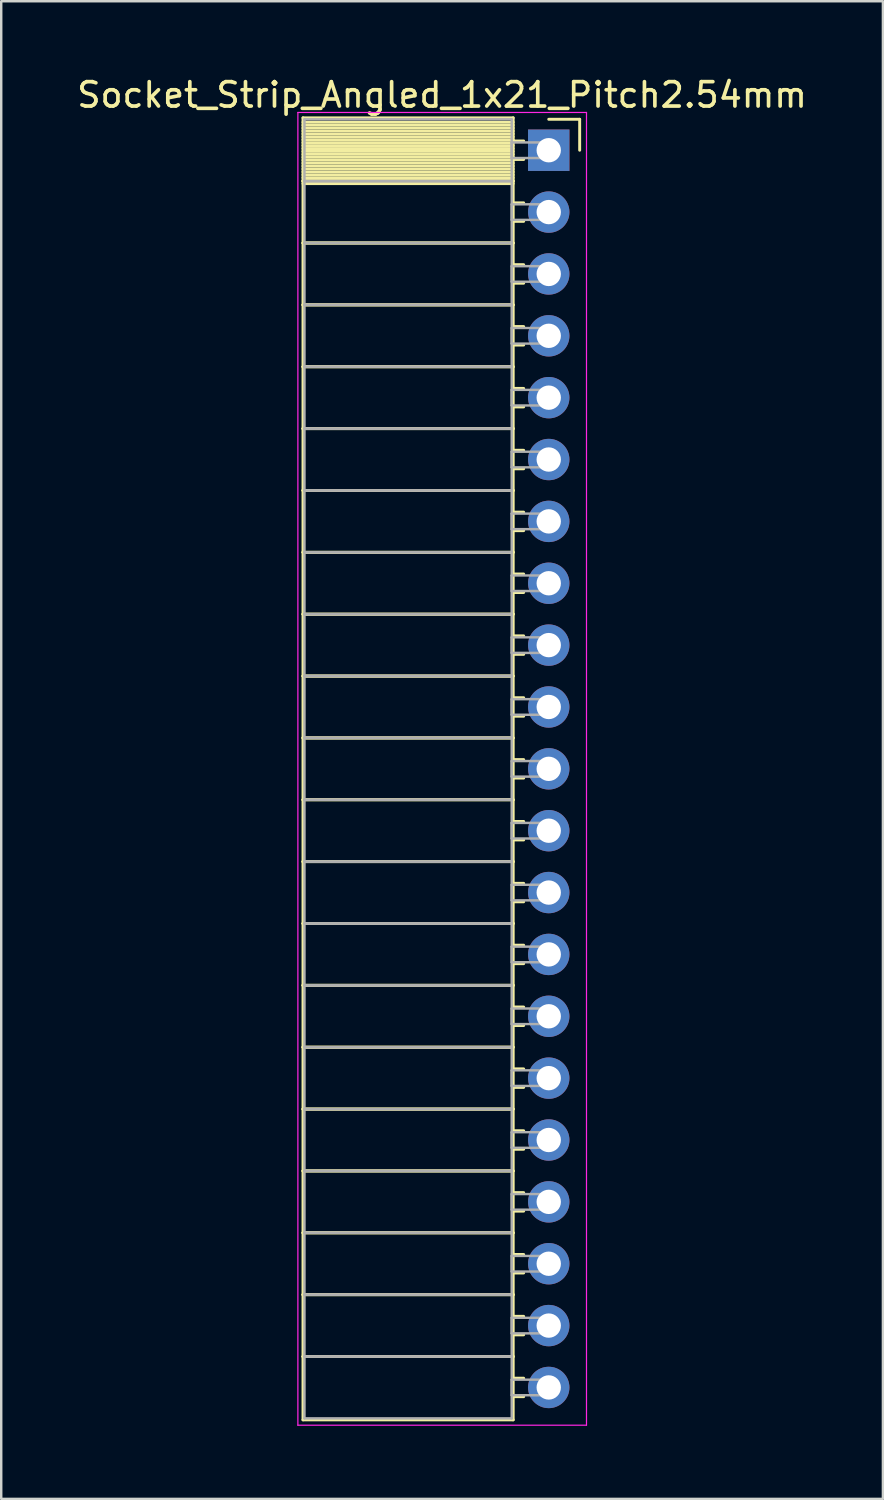
<source format=kicad_pcb>
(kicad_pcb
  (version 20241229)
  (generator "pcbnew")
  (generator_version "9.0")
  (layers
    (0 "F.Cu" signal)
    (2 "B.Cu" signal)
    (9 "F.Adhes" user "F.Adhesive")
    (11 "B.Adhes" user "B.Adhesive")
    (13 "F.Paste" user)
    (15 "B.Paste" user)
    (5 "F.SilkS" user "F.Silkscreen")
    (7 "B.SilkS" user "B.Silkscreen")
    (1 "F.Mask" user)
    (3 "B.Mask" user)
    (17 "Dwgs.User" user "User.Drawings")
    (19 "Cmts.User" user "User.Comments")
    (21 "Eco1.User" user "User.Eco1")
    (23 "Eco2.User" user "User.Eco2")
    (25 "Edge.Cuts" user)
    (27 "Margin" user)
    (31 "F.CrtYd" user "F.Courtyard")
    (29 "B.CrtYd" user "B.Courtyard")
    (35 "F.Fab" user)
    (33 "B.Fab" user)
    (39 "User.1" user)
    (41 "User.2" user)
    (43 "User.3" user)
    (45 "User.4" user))
  (footprint "Socket_Strip_Angled_1x21_Pitch2.54mm"
    (layer "F.Cu")
    (at 19.481 3.118)
    (property "Reference" "Socket_Strip_Angled_1x21_Pitch2.54mm" (at -4.38 -2.27 0) (layer "F.SilkS") (effects (font (size 1 1) (thickness 0.15))))
    (attr through_hole)
    (fp_line (start -10.09 -1.33) (end -1.46 -1.33) (stroke (width 0.12) (type solid)) (layer "F.SilkS"))
    (fp_line (start -10.09 1.27) (end -10.09 -1.33) (stroke (width 0.12) (type solid)) (layer "F.SilkS"))
    (fp_line (start -10.09 1.27) (end -1.46 1.27) (stroke (width 0.12) (type solid)) (layer "F.SilkS"))
    (fp_line (start -10.09 3.81) (end -10.09 1.27) (stroke (width 0.12) (type solid)) (layer "F.SilkS"))
    (fp_line (start -10.09 3.81) (end -1.46 3.81) (stroke (width 0.12) (type solid)) (layer "F.SilkS"))
    (fp_line (start -10.09 6.35) (end -10.09 3.81) (stroke (width 0.12) (type solid)) (layer "F.SilkS"))
    (fp_line (start -10.09 6.35) (end -1.46 6.35) (stroke (width 0.12) (type solid)) (layer "F.SilkS"))
    (fp_line (start -10.09 8.89) (end -10.09 6.35) (stroke (width 0.12) (type solid)) (layer "F.SilkS"))
    (fp_line (start -10.09 8.89) (end -1.46 8.89) (stroke (width 0.12) (type solid)) (layer "F.SilkS"))
    (fp_line (start -10.09 11.43) (end -10.09 8.89) (stroke (width 0.12) (type solid)) (layer "F.SilkS"))
    (fp_line (start -10.09 11.43) (end -1.46 11.43) (stroke (width 0.12) (type solid)) (layer "F.SilkS"))
    (fp_line (start -10.09 13.97) (end -10.09 11.43) (stroke (width 0.12) (type solid)) (layer "F.SilkS"))
    (fp_line (start -10.09 13.97) (end -1.46 13.97) (stroke (width 0.12) (type solid)) (layer "F.SilkS"))
    (fp_line (start -10.09 16.51) (end -10.09 13.97) (stroke (width 0.12) (type solid)) (layer "F.SilkS"))
    (fp_line (start -10.09 16.51) (end -1.46 16.51) (stroke (width 0.12) (type solid)) (layer "F.SilkS"))
    (fp_line (start -10.09 19.05) (end -10.09 16.51) (stroke (width 0.12) (type solid)) (layer "F.SilkS"))
    (fp_line (start -10.09 19.05) (end -1.46 19.05) (stroke (width 0.12) (type solid)) (layer "F.SilkS"))
    (fp_line (start -10.09 21.59) (end -10.09 19.05) (stroke (width 0.12) (type solid)) (layer "F.SilkS"))
    (fp_line (start -10.09 21.59) (end -1.46 21.59) (stroke (width 0.12) (type solid)) (layer "F.SilkS"))
    (fp_line (start -10.09 24.13) (end -10.09 21.59) (stroke (width 0.12) (type solid)) (layer "F.SilkS"))
    (fp_line (start -10.09 24.13) (end -1.46 24.13) (stroke (width 0.12) (type solid)) (layer "F.SilkS"))
    (fp_line (start -10.09 26.67) (end -10.09 24.13) (stroke (width 0.12) (type solid)) (layer "F.SilkS"))
    (fp_line (start -10.09 26.67) (end -1.46 26.67) (stroke (width 0.12) (type solid)) (layer "F.SilkS"))
    (fp_line (start -10.09 29.21) (end -10.09 26.67) (stroke (width 0.12) (type solid)) (layer "F.SilkS"))
    (fp_line (start -10.09 29.21) (end -1.46 29.21) (stroke (width 0.12) (type solid)) (layer "F.SilkS"))
    (fp_line (start -10.09 31.75) (end -10.09 29.21) (stroke (width 0.12) (type solid)) (layer "F.SilkS"))
    (fp_line (start -10.09 31.75) (end -1.46 31.75) (stroke (width 0.12) (type solid)) (layer "F.SilkS"))
    (fp_line (start -10.09 34.29) (end -10.09 31.75) (stroke (width 0.12) (type solid)) (layer "F.SilkS"))
    (fp_line (start -10.09 34.29) (end -1.46 34.29) (stroke (width 0.12) (type solid)) (layer "F.SilkS"))
    (fp_line (start -10.09 36.83) (end -10.09 34.29) (stroke (width 0.12) (type solid)) (layer "F.SilkS"))
    (fp_line (start -10.09 36.83) (end -1.46 36.83) (stroke (width 0.12) (type solid)) (layer "F.SilkS"))
    (fp_line (start -10.09 39.37) (end -10.09 36.83) (stroke (width 0.12) (type solid)) (layer "F.SilkS"))
    (fp_line (start -10.09 39.37) (end -1.46 39.37) (stroke (width 0.12) (type solid)) (layer "F.SilkS"))
    (fp_line (start -10.09 41.91) (end -10.09 39.37) (stroke (width 0.12) (type solid)) (layer "F.SilkS"))
    (fp_line (start -10.09 41.91) (end -1.46 41.91) (stroke (width 0.12) (type solid)) (layer "F.SilkS"))
    (fp_line (start -10.09 44.45) (end -10.09 41.91) (stroke (width 0.12) (type solid)) (layer "F.SilkS"))
    (fp_line (start -10.09 44.45) (end -1.46 44.45) (stroke (width 0.12) (type solid)) (layer "F.SilkS"))
    (fp_line (start -10.09 46.99) (end -10.09 44.45) (stroke (width 0.12) (type solid)) (layer "F.SilkS"))
    (fp_line (start -10.09 46.99) (end -1.46 46.99) (stroke (width 0.12) (type solid)) (layer "F.SilkS"))
    (fp_line (start -10.09 49.53) (end -10.09 46.99) (stroke (width 0.12) (type solid)) (layer "F.SilkS"))
    (fp_line (start -10.09 49.53) (end -1.46 49.53) (stroke (width 0.12) (type solid)) (layer "F.SilkS"))
    (fp_line (start -10.09 52.13) (end -10.09 49.53) (stroke (width 0.12) (type solid)) (layer "F.SilkS"))
    (fp_line (start -1.46 -1.33) (end -1.46 1.27) (stroke (width 0.12) (type solid)) (layer "F.SilkS"))
    (fp_line (start -1.46 -1.15) (end -10.09 -1.15) (stroke (width 0.12) (type solid)) (layer "F.SilkS"))
    (fp_line (start -1.46 -1.03) (end -10.09 -1.03) (stroke (width 0.12) (type solid)) (layer "F.SilkS"))
    (fp_line (start -1.46 -0.91) (end -10.09 -0.91) (stroke (width 0.12) (type solid)) (layer "F.SilkS"))
    (fp_line (start -1.46 -0.79) (end -10.09 -0.79) (stroke (width 0.12) (type solid)) (layer "F.SilkS"))
    (fp_line (start -1.46 -0.67) (end -10.09 -0.67) (stroke (width 0.12) (type solid)) (layer "F.SilkS"))
    (fp_line (start -1.46 -0.55) (end -10.09 -0.55) (stroke (width 0.12) (type solid)) (layer "F.SilkS"))
    (fp_line (start -1.46 -0.43) (end -10.09 -0.43) (stroke (width 0.12) (type solid)) (layer "F.SilkS"))
    (fp_line (start -1.46 -0.31) (end -10.09 -0.31) (stroke (width 0.12) (type solid)) (layer "F.SilkS"))
    (fp_line (start -1.46 -0.19) (end -10.09 -0.19) (stroke (width 0.12) (type solid)) (layer "F.SilkS"))
    (fp_line (start -1.46 -0.07) (end -10.09 -0.07) (stroke (width 0.12) (type solid)) (layer "F.SilkS"))
    (fp_line (start -1.46 0.05) (end -10.09 0.05) (stroke (width 0.12) (type solid)) (layer "F.SilkS"))
    (fp_line (start -1.46 0.17) (end -10.09 0.17) (stroke (width 0.12) (type solid)) (layer "F.SilkS"))
    (fp_line (start -1.46 0.29) (end -10.09 0.29) (stroke (width 0.12) (type solid)) (layer "F.SilkS"))
    (fp_line (start -1.46 0.41) (end -10.09 0.41) (stroke (width 0.12) (type solid)) (layer "F.SilkS"))
    (fp_line (start -1.46 0.53) (end -10.09 0.53) (stroke (width 0.12) (type solid)) (layer "F.SilkS"))
    (fp_line (start -1.46 0.65) (end -10.09 0.65) (stroke (width 0.12) (type solid)) (layer "F.SilkS"))
    (fp_line (start -1.46 0.77) (end -10.09 0.77) (stroke (width 0.12) (type solid)) (layer "F.SilkS"))
    (fp_line (start -1.46 0.89) (end -10.09 0.89) (stroke (width 0.12) (type solid)) (layer "F.SilkS"))
    (fp_line (start -1.46 1.01) (end -10.09 1.01) (stroke (width 0.12) (type solid)) (layer "F.SilkS"))
    (fp_line (start -1.46 1.13) (end -10.09 1.13) (stroke (width 0.12) (type solid)) (layer "F.SilkS"))
    (fp_line (start -1.46 1.25) (end -10.09 1.25) (stroke (width 0.12) (type solid)) (layer "F.SilkS"))
    (fp_line (start -1.46 1.27) (end -10.09 1.27) (stroke (width 0.12) (type solid)) (layer "F.SilkS"))
    (fp_line (start -1.46 1.27) (end -1.46 3.81) (stroke (width 0.12) (type solid)) (layer "F.SilkS"))
    (fp_line (start -1.46 1.37) (end -10.09 1.37) (stroke (width 0.12) (type solid)) (layer "F.SilkS"))
    (fp_line (start -1.46 3.81) (end -10.09 3.81) (stroke (width 0.12) (type solid)) (layer "F.SilkS"))
    (fp_line (start -1.46 3.81) (end -1.46 6.35) (stroke (width 0.12) (type solid)) (layer "F.SilkS"))
    (fp_line (start -1.46 6.35) (end -10.09 6.35) (stroke (width 0.12) (type solid)) (layer "F.SilkS"))
    (fp_line (start -1.46 6.35) (end -1.46 8.89) (stroke (width 0.12) (type solid)) (layer "F.SilkS"))
    (fp_line (start -1.46 8.89) (end -10.09 8.89) (stroke (width 0.12) (type solid)) (layer "F.SilkS"))
    (fp_line (start -1.46 8.89) (end -1.46 11.43) (stroke (width 0.12) (type solid)) (layer "F.SilkS"))
    (fp_line (start -1.46 11.43) (end -10.09 11.43) (stroke (width 0.12) (type solid)) (layer "F.SilkS"))
    (fp_line (start -1.46 11.43) (end -1.46 13.97) (stroke (width 0.12) (type solid)) (layer "F.SilkS"))
    (fp_line (start -1.46 13.97) (end -10.09 13.97) (stroke (width 0.12) (type solid)) (layer "F.SilkS"))
    (fp_line (start -1.46 13.97) (end -1.46 16.51) (stroke (width 0.12) (type solid)) (layer "F.SilkS"))
    (fp_line (start -1.46 16.51) (end -10.09 16.51) (stroke (width 0.12) (type solid)) (layer "F.SilkS"))
    (fp_line (start -1.46 16.51) (end -1.46 19.05) (stroke (width 0.12) (type solid)) (layer "F.SilkS"))
    (fp_line (start -1.46 19.05) (end -10.09 19.05) (stroke (width 0.12) (type solid)) (layer "F.SilkS"))
    (fp_line (start -1.46 19.05) (end -1.46 21.59) (stroke (width 0.12) (type solid)) (layer "F.SilkS"))
    (fp_line (start -1.46 21.59) (end -10.09 21.59) (stroke (width 0.12) (type solid)) (layer "F.SilkS"))
    (fp_line (start -1.46 21.59) (end -1.46 24.13) (stroke (width 0.12) (type solid)) (layer "F.SilkS"))
    (fp_line (start -1.46 24.13) (end -10.09 24.13) (stroke (width 0.12) (type solid)) (layer "F.SilkS"))
    (fp_line (start -1.46 24.13) (end -1.46 26.67) (stroke (width 0.12) (type solid)) (layer "F.SilkS"))
    (fp_line (start -1.46 26.67) (end -10.09 26.67) (stroke (width 0.12) (type solid)) (layer "F.SilkS"))
    (fp_line (start -1.46 26.67) (end -1.46 29.21) (stroke (width 0.12) (type solid)) (layer "F.SilkS"))
    (fp_line (start -1.46 29.21) (end -10.09 29.21) (stroke (width 0.12) (type solid)) (layer "F.SilkS"))
    (fp_line (start -1.46 29.21) (end -1.46 31.75) (stroke (width 0.12) (type solid)) (layer "F.SilkS"))
    (fp_line (start -1.46 31.75) (end -10.09 31.75) (stroke (width 0.12) (type solid)) (layer "F.SilkS"))
    (fp_line (start -1.46 31.75) (end -1.46 34.29) (stroke (width 0.12) (type solid)) (layer "F.SilkS"))
    (fp_line (start -1.46 34.29) (end -10.09 34.29) (stroke (width 0.12) (type solid)) (layer "F.SilkS"))
    (fp_line (start -1.46 34.29) (end -1.46 36.83) (stroke (width 0.12) (type solid)) (layer "F.SilkS"))
    (fp_line (start -1.46 36.83) (end -10.09 36.83) (stroke (width 0.12) (type solid)) (layer "F.SilkS"))
    (fp_line (start -1.46 36.83) (end -1.46 39.37) (stroke (width 0.12) (type solid)) (layer "F.SilkS"))
    (fp_line (start -1.46 39.37) (end -10.09 39.37) (stroke (width 0.12) (type solid)) (layer "F.SilkS"))
    (fp_line (start -1.46 39.37) (end -1.46 41.91) (stroke (width 0.12) (type solid)) (layer "F.SilkS"))
    (fp_line (start -1.46 41.91) (end -10.09 41.91) (stroke (width 0.12) (type solid)) (layer "F.SilkS"))
    (fp_line (start -1.46 41.91) (end -1.46 44.45) (stroke (width 0.12) (type solid)) (layer "F.SilkS"))
    (fp_line (start -1.46 44.45) (end -10.09 44.45) (stroke (width 0.12) (type solid)) (layer "F.SilkS"))
    (fp_line (start -1.46 44.45) (end -1.46 46.99) (stroke (width 0.12) (type solid)) (layer "F.SilkS"))
    (fp_line (start -1.46 46.99) (end -10.09 46.99) (stroke (width 0.12) (type solid)) (layer "F.SilkS"))
    (fp_line (start -1.46 46.99) (end -1.46 49.53) (stroke (width 0.12) (type solid)) (layer "F.SilkS"))
    (fp_line (start -1.46 49.53) (end -10.09 49.53) (stroke (width 0.12) (type solid)) (layer "F.SilkS"))
    (fp_line (start -1.46 49.53) (end -1.46 52.13) (stroke (width 0.12) (type solid)) (layer "F.SilkS"))
    (fp_line (start -1.46 52.13) (end -10.09 52.13) (stroke (width 0.12) (type solid)) (layer "F.SilkS"))
    (fp_line (start -1.03 -0.38) (end -1.46 -0.38) (stroke (width 0.12) (type solid)) (layer "F.SilkS"))
    (fp_line (start -1.03 0.38) (end -1.46 0.38) (stroke (width 0.12) (type solid)) (layer "F.SilkS"))
    (fp_line (start -1.03 2.16) (end -1.46 2.16) (stroke (width 0.12) (type solid)) (layer "F.SilkS"))
    (fp_line (start -1.03 2.92) (end -1.46 2.92) (stroke (width 0.12) (type solid)) (layer "F.SilkS"))
    (fp_line (start -1.03 4.7) (end -1.46 4.7) (stroke (width 0.12) (type solid)) (layer "F.SilkS"))
    (fp_line (start -1.03 5.46) (end -1.46 5.46) (stroke (width 0.12) (type solid)) (layer "F.SilkS"))
    (fp_line (start -1.03 7.24) (end -1.46 7.24) (stroke (width 0.12) (type solid)) (layer "F.SilkS"))
    (fp_line (start -1.03 8) (end -1.46 8) (stroke (width 0.12) (type solid)) (layer "F.SilkS"))
    (fp_line (start -1.03 9.78) (end -1.46 9.78) (stroke (width 0.12) (type solid)) (layer "F.SilkS"))
    (fp_line (start -1.03 10.54) (end -1.46 10.54) (stroke (width 0.12) (type solid)) (layer "F.SilkS"))
    (fp_line (start -1.03 12.32) (end -1.46 12.32) (stroke (width 0.12) (type solid)) (layer "F.SilkS"))
    (fp_line (start -1.03 13.08) (end -1.46 13.08) (stroke (width 0.12) (type solid)) (layer "F.SilkS"))
    (fp_line (start -1.03 14.86) (end -1.46 14.86) (stroke (width 0.12) (type solid)) (layer "F.SilkS"))
    (fp_line (start -1.03 15.62) (end -1.46 15.62) (stroke (width 0.12) (type solid)) (layer "F.SilkS"))
    (fp_line (start -1.03 17.4) (end -1.46 17.4) (stroke (width 0.12) (type solid)) (layer "F.SilkS"))
    (fp_line (start -1.03 18.16) (end -1.46 18.16) (stroke (width 0.12) (type solid)) (layer "F.SilkS"))
    (fp_line (start -1.03 19.94) (end -1.46 19.94) (stroke (width 0.12) (type solid)) (layer "F.SilkS"))
    (fp_line (start -1.03 20.7) (end -1.46 20.7) (stroke (width 0.12) (type solid)) (layer "F.SilkS"))
    (fp_line (start -1.03 22.48) (end -1.46 22.48) (stroke (width 0.12) (type solid)) (layer "F.SilkS"))
    (fp_line (start -1.03 23.24) (end -1.46 23.24) (stroke (width 0.12) (type solid)) (layer "F.SilkS"))
    (fp_line (start -1.03 25.02) (end -1.46 25.02) (stroke (width 0.12) (type solid)) (layer "F.SilkS"))
    (fp_line (start -1.03 25.78) (end -1.46 25.78) (stroke (width 0.12) (type solid)) (layer "F.SilkS"))
    (fp_line (start -1.03 27.56) (end -1.46 27.56) (stroke (width 0.12) (type solid)) (layer "F.SilkS"))
    (fp_line (start -1.03 28.32) (end -1.46 28.32) (stroke (width 0.12) (type solid)) (layer "F.SilkS"))
    (fp_line (start -1.03 30.1) (end -1.46 30.1) (stroke (width 0.12) (type solid)) (layer "F.SilkS"))
    (fp_line (start -1.03 30.86) (end -1.46 30.86) (stroke (width 0.12) (type solid)) (layer "F.SilkS"))
    (fp_line (start -1.03 32.64) (end -1.46 32.64) (stroke (width 0.12) (type solid)) (layer "F.SilkS"))
    (fp_line (start -1.03 33.4) (end -1.46 33.4) (stroke (width 0.12) (type solid)) (layer "F.SilkS"))
    (fp_line (start -1.03 35.18) (end -1.46 35.18) (stroke (width 0.12) (type solid)) (layer "F.SilkS"))
    (fp_line (start -1.03 35.94) (end -1.46 35.94) (stroke (width 0.12) (type solid)) (layer "F.SilkS"))
    (fp_line (start -1.03 37.72) (end -1.46 37.72) (stroke (width 0.12) (type solid)) (layer "F.SilkS"))
    (fp_line (start -1.03 38.48) (end -1.46 38.48) (stroke (width 0.12) (type solid)) (layer "F.SilkS"))
    (fp_line (start -1.03 40.26) (end -1.46 40.26) (stroke (width 0.12) (type solid)) (layer "F.SilkS"))
    (fp_line (start -1.03 41.02) (end -1.46 41.02) (stroke (width 0.12) (type solid)) (layer "F.SilkS"))
    (fp_line (start -1.03 42.8) (end -1.46 42.8) (stroke (width 0.12) (type solid)) (layer "F.SilkS"))
    (fp_line (start -1.03 43.56) (end -1.46 43.56) (stroke (width 0.12) (type solid)) (layer "F.SilkS"))
    (fp_line (start -1.03 45.34) (end -1.46 45.34) (stroke (width 0.12) (type solid)) (layer "F.SilkS"))
    (fp_line (start -1.03 46.1) (end -1.46 46.1) (stroke (width 0.12) (type solid)) (layer "F.SilkS"))
    (fp_line (start -1.03 47.88) (end -1.46 47.88) (stroke (width 0.12) (type solid)) (layer "F.SilkS"))
    (fp_line (start -1.03 48.64) (end -1.46 48.64) (stroke (width 0.12) (type solid)) (layer "F.SilkS"))
    (fp_line (start -1.03 50.42) (end -1.46 50.42) (stroke (width 0.12) (type solid)) (layer "F.SilkS"))
    (fp_line (start -1.03 51.18) (end -1.46 51.18) (stroke (width 0.12) (type solid)) (layer "F.SilkS"))
    (fp_line (start 0 -1.27) (end 1.27 -1.27) (stroke (width 0.12) (type solid)) (layer "F.SilkS"))
    (fp_line (start 1.27 -1.27) (end 1.27 0) (stroke (width 0.12) (type solid)) (layer "F.SilkS"))
    (fp_line (start -10.3 -1.55) (end 1.55 -1.55) (stroke (width 0.05) (type solid)) (layer "F.CrtYd"))
    (fp_line (start -10.3 52.35) (end -10.3 -1.55) (stroke (width 0.05) (type solid)) (layer "F.CrtYd"))
    (fp_line (start 1.55 -1.55) (end 1.55 52.35) (stroke (width 0.05) (type solid)) (layer "F.CrtYd"))
    (fp_line (start 1.55 52.35) (end -10.3 52.35) (stroke (width 0.05) (type solid)) (layer "F.CrtYd"))
    (fp_line (start -10.03 -1.27) (end -1.52 -1.27) (stroke (width 0.1) (type solid)) (layer "F.Fab"))
    (fp_line (start -10.03 1.27) (end -10.03 -1.27) (stroke (width 0.1) (type solid)) (layer "F.Fab"))
    (fp_line (start -10.03 1.27) (end -1.52 1.27) (stroke (width 0.1) (type solid)) (layer "F.Fab"))
    (fp_line (start -10.03 3.81) (end -10.03 1.27) (stroke (width 0.1) (type solid)) (layer "F.Fab"))
    (fp_line (start -10.03 3.81) (end -1.52 3.81) (stroke (width 0.1) (type solid)) (layer "F.Fab"))
    (fp_line (start -10.03 6.35) (end -10.03 3.81) (stroke (width 0.1) (type solid)) (layer "F.Fab"))
    (fp_line (start -10.03 6.35) (end -1.52 6.35) (stroke (width 0.1) (type solid)) (layer "F.Fab"))
    (fp_line (start -10.03 8.89) (end -10.03 6.35) (stroke (width 0.1) (type solid)) (layer "F.Fab"))
    (fp_line (start -10.03 8.89) (end -1.52 8.89) (stroke (width 0.1) (type solid)) (layer "F.Fab"))
    (fp_line (start -10.03 11.43) (end -10.03 8.89) (stroke (width 0.1) (type solid)) (layer "F.Fab"))
    (fp_line (start -10.03 11.43) (end -1.52 11.43) (stroke (width 0.1) (type solid)) (layer "F.Fab"))
    (fp_line (start -10.03 13.97) (end -10.03 11.43) (stroke (width 0.1) (type solid)) (layer "F.Fab"))
    (fp_line (start -10.03 13.97) (end -1.52 13.97) (stroke (width 0.1) (type solid)) (layer "F.Fab"))
    (fp_line (start -10.03 16.51) (end -10.03 13.97) (stroke (width 0.1) (type solid)) (layer "F.Fab"))
    (fp_line (start -10.03 16.51) (end -1.52 16.51) (stroke (width 0.1) (type solid)) (layer "F.Fab"))
    (fp_line (start -10.03 19.05) (end -10.03 16.51) (stroke (width 0.1) (type solid)) (layer "F.Fab"))
    (fp_line (start -10.03 19.05) (end -1.52 19.05) (stroke (width 0.1) (type solid)) (layer "F.Fab"))
    (fp_line (start -10.03 21.59) (end -10.03 19.05) (stroke (width 0.1) (type solid)) (layer "F.Fab"))
    (fp_line (start -10.03 21.59) (end -1.52 21.59) (stroke (width 0.1) (type solid)) (layer "F.Fab"))
    (fp_line (start -10.03 24.13) (end -10.03 21.59) (stroke (width 0.1) (type solid)) (layer "F.Fab"))
    (fp_line (start -10.03 24.13) (end -1.52 24.13) (stroke (width 0.1) (type solid)) (layer "F.Fab"))
    (fp_line (start -10.03 26.67) (end -10.03 24.13) (stroke (width 0.1) (type solid)) (layer "F.Fab"))
    (fp_line (start -10.03 26.67) (end -1.52 26.67) (stroke (width 0.1) (type solid)) (layer "F.Fab"))
    (fp_line (start -10.03 29.21) (end -10.03 26.67) (stroke (width 0.1) (type solid)) (layer "F.Fab"))
    (fp_line (start -10.03 29.21) (end -1.52 29.21) (stroke (width 0.1) (type solid)) (layer "F.Fab"))
    (fp_line (start -10.03 31.75) (end -10.03 29.21) (stroke (width 0.1) (type solid)) (layer "F.Fab"))
    (fp_line (start -10.03 31.75) (end -1.52 31.75) (stroke (width 0.1) (type solid)) (layer "F.Fab"))
    (fp_line (start -10.03 34.29) (end -10.03 31.75) (stroke (width 0.1) (type solid)) (layer "F.Fab"))
    (fp_line (start -10.03 34.29) (end -1.52 34.29) (stroke (width 0.1) (type solid)) (layer "F.Fab"))
    (fp_line (start -10.03 36.83) (end -10.03 34.29) (stroke (width 0.1) (type solid)) (layer "F.Fab"))
    (fp_line (start -10.03 36.83) (end -1.52 36.83) (stroke (width 0.1) (type solid)) (layer "F.Fab"))
    (fp_line (start -10.03 39.37) (end -10.03 36.83) (stroke (width 0.1) (type solid)) (layer "F.Fab"))
    (fp_line (start -10.03 39.37) (end -1.52 39.37) (stroke (width 0.1) (type solid)) (layer "F.Fab"))
    (fp_line (start -10.03 41.91) (end -10.03 39.37) (stroke (width 0.1) (type solid)) (layer "F.Fab"))
    (fp_line (start -10.03 41.91) (end -1.52 41.91) (stroke (width 0.1) (type solid)) (layer "F.Fab"))
    (fp_line (start -10.03 44.45) (end -10.03 41.91) (stroke (width 0.1) (type solid)) (layer "F.Fab"))
    (fp_line (start -10.03 44.45) (end -1.52 44.45) (stroke (width 0.1) (type solid)) (layer "F.Fab"))
    (fp_line (start -10.03 46.99) (end -10.03 44.45) (stroke (width 0.1) (type solid)) (layer "F.Fab"))
    (fp_line (start -10.03 46.99) (end -1.52 46.99) (stroke (width 0.1) (type solid)) (layer "F.Fab"))
    (fp_line (start -10.03 49.53) (end -10.03 46.99) (stroke (width 0.1) (type solid)) (layer "F.Fab"))
    (fp_line (start -10.03 49.53) (end -1.52 49.53) (stroke (width 0.1) (type solid)) (layer "F.Fab"))
    (fp_line (start -10.03 52.07) (end -10.03 49.53) (stroke (width 0.1) (type solid)) (layer "F.Fab"))
    (fp_line (start -1.52 -1.27) (end -1.52 1.27) (stroke (width 0.1) (type solid)) (layer "F.Fab"))
    (fp_line (start -1.52 -0.32) (end 0 -0.32) (stroke (width 0.1) (type solid)) (layer "F.Fab"))
    (fp_line (start -1.52 0.32) (end -1.52 -0.32) (stroke (width 0.1) (type solid)) (layer "F.Fab"))
    (fp_line (start -1.52 1.27) (end -10.03 1.27) (stroke (width 0.1) (type solid)) (layer "F.Fab"))
    (fp_line (start -1.52 1.27) (end -1.52 3.81) (stroke (width 0.1) (type solid)) (layer "F.Fab"))
    (fp_line (start -1.52 2.22) (end 0 2.22) (stroke (width 0.1) (type solid)) (layer "F.Fab"))
    (fp_line (start -1.52 2.86) (end -1.52 2.22) (stroke (width 0.1) (type solid)) (layer "F.Fab"))
    (fp_line (start -1.52 3.81) (end -10.03 3.81) (stroke (width 0.1) (type solid)) (layer "F.Fab"))
    (fp_line (start -1.52 3.81) (end -1.52 6.35) (stroke (width 0.1) (type solid)) (layer "F.Fab"))
    (fp_line (start -1.52 4.76) (end 0 4.76) (stroke (width 0.1) (type solid)) (layer "F.Fab"))
    (fp_line (start -1.52 5.4) (end -1.52 4.76) (stroke (width 0.1) (type solid)) (layer "F.Fab"))
    (fp_line (start -1.52 6.35) (end -10.03 6.35) (stroke (width 0.1) (type solid)) (layer "F.Fab"))
    (fp_line (start -1.52 6.35) (end -1.52 8.89) (stroke (width 0.1) (type solid)) (layer "F.Fab"))
    (fp_line (start -1.52 7.3) (end 0 7.3) (stroke (width 0.1) (type solid)) (layer "F.Fab"))
    (fp_line (start -1.52 7.94) (end -1.52 7.3) (stroke (width 0.1) (type solid)) (layer "F.Fab"))
    (fp_line (start -1.52 8.89) (end -10.03 8.89) (stroke (width 0.1) (type solid)) (layer "F.Fab"))
    (fp_line (start -1.52 8.89) (end -1.52 11.43) (stroke (width 0.1) (type solid)) (layer "F.Fab"))
    (fp_line (start -1.52 9.84) (end 0 9.84) (stroke (width 0.1) (type solid)) (layer "F.Fab"))
    (fp_line (start -1.52 10.48) (end -1.52 9.84) (stroke (width 0.1) (type solid)) (layer "F.Fab"))
    (fp_line (start -1.52 11.43) (end -10.03 11.43) (stroke (width 0.1) (type solid)) (layer "F.Fab"))
    (fp_line (start -1.52 11.43) (end -1.52 13.97) (stroke (width 0.1) (type solid)) (layer "F.Fab"))
    (fp_line (start -1.52 12.38) (end 0 12.38) (stroke (width 0.1) (type solid)) (layer "F.Fab"))
    (fp_line (start -1.52 13.02) (end -1.52 12.38) (stroke (width 0.1) (type solid)) (layer "F.Fab"))
    (fp_line (start -1.52 13.97) (end -10.03 13.97) (stroke (width 0.1) (type solid)) (layer "F.Fab"))
    (fp_line (start -1.52 13.97) (end -1.52 16.51) (stroke (width 0.1) (type solid)) (layer "F.Fab"))
    (fp_line (start -1.52 14.92) (end 0 14.92) (stroke (width 0.1) (type solid)) (layer "F.Fab"))
    (fp_line (start -1.52 15.56) (end -1.52 14.92) (stroke (width 0.1) (type solid)) (layer "F.Fab"))
    (fp_line (start -1.52 16.51) (end -10.03 16.51) (stroke (width 0.1) (type solid)) (layer "F.Fab"))
    (fp_line (start -1.52 16.51) (end -1.52 19.05) (stroke (width 0.1) (type solid)) (layer "F.Fab"))
    (fp_line (start -1.52 17.46) (end 0 17.46) (stroke (width 0.1) (type solid)) (layer "F.Fab"))
    (fp_line (start -1.52 18.1) (end -1.52 17.46) (stroke (width 0.1) (type solid)) (layer "F.Fab"))
    (fp_line (start -1.52 19.05) (end -10.03 19.05) (stroke (width 0.1) (type solid)) (layer "F.Fab"))
    (fp_line (start -1.52 19.05) (end -1.52 21.59) (stroke (width 0.1) (type solid)) (layer "F.Fab"))
    (fp_line (start -1.52 20) (end 0 20) (stroke (width 0.1) (type solid)) (layer "F.Fab"))
    (fp_line (start -1.52 20.64) (end -1.52 20) (stroke (width 0.1) (type solid)) (layer "F.Fab"))
    (fp_line (start -1.52 21.59) (end -10.03 21.59) (stroke (width 0.1) (type solid)) (layer "F.Fab"))
    (fp_line (start -1.52 21.59) (end -1.52 24.13) (stroke (width 0.1) (type solid)) (layer "F.Fab"))
    (fp_line (start -1.52 22.54) (end 0 22.54) (stroke (width 0.1) (type solid)) (layer "F.Fab"))
    (fp_line (start -1.52 23.18) (end -1.52 22.54) (stroke (width 0.1) (type solid)) (layer "F.Fab"))
    (fp_line (start -1.52 24.13) (end -10.03 24.13) (stroke (width 0.1) (type solid)) (layer "F.Fab"))
    (fp_line (start -1.52 24.13) (end -1.52 26.67) (stroke (width 0.1) (type solid)) (layer "F.Fab"))
    (fp_line (start -1.52 25.08) (end 0 25.08) (stroke (width 0.1) (type solid)) (layer "F.Fab"))
    (fp_line (start -1.52 25.72) (end -1.52 25.08) (stroke (width 0.1) (type solid)) (layer "F.Fab"))
    (fp_line (start -1.52 26.67) (end -10.03 26.67) (stroke (width 0.1) (type solid)) (layer "F.Fab"))
    (fp_line (start -1.52 26.67) (end -1.52 29.21) (stroke (width 0.1) (type solid)) (layer "F.Fab"))
    (fp_line (start -1.52 27.62) (end 0 27.62) (stroke (width 0.1) (type solid)) (layer "F.Fab"))
    (fp_line (start -1.52 28.26) (end -1.52 27.62) (stroke (width 0.1) (type solid)) (layer "F.Fab"))
    (fp_line (start -1.52 29.21) (end -10.03 29.21) (stroke (width 0.1) (type solid)) (layer "F.Fab"))
    (fp_line (start -1.52 29.21) (end -1.52 31.75) (stroke (width 0.1) (type solid)) (layer "F.Fab"))
    (fp_line (start -1.52 30.16) (end 0 30.16) (stroke (width 0.1) (type solid)) (layer "F.Fab"))
    (fp_line (start -1.52 30.8) (end -1.52 30.16) (stroke (width 0.1) (type solid)) (layer "F.Fab"))
    (fp_line (start -1.52 31.75) (end -10.03 31.75) (stroke (width 0.1) (type solid)) (layer "F.Fab"))
    (fp_line (start -1.52 31.75) (end -1.52 34.29) (stroke (width 0.1) (type solid)) (layer "F.Fab"))
    (fp_line (start -1.52 32.7) (end 0 32.7) (stroke (width 0.1) (type solid)) (layer "F.Fab"))
    (fp_line (start -1.52 33.34) (end -1.52 32.7) (stroke (width 0.1) (type solid)) (layer "F.Fab"))
    (fp_line (start -1.52 34.29) (end -10.03 34.29) (stroke (width 0.1) (type solid)) (layer "F.Fab"))
    (fp_line (start -1.52 34.29) (end -1.52 36.83) (stroke (width 0.1) (type solid)) (layer "F.Fab"))
    (fp_line (start -1.52 35.24) (end 0 35.24) (stroke (width 0.1) (type solid)) (layer "F.Fab"))
    (fp_line (start -1.52 35.88) (end -1.52 35.24) (stroke (width 0.1) (type solid)) (layer "F.Fab"))
    (fp_line (start -1.52 36.83) (end -10.03 36.83) (stroke (width 0.1) (type solid)) (layer "F.Fab"))
    (fp_line (start -1.52 36.83) (end -1.52 39.37) (stroke (width 0.1) (type solid)) (layer "F.Fab"))
    (fp_line (start -1.52 37.78) (end 0 37.78) (stroke (width 0.1) (type solid)) (layer "F.Fab"))
    (fp_line (start -1.52 38.42) (end -1.52 37.78) (stroke (width 0.1) (type solid)) (layer "F.Fab"))
    (fp_line (start -1.52 39.37) (end -10.03 39.37) (stroke (width 0.1) (type solid)) (layer "F.Fab"))
    (fp_line (start -1.52 39.37) (end -1.52 41.91) (stroke (width 0.1) (type solid)) (layer "F.Fab"))
    (fp_line (start -1.52 40.32) (end 0 40.32) (stroke (width 0.1) (type solid)) (layer "F.Fab"))
    (fp_line (start -1.52 40.96) (end -1.52 40.32) (stroke (width 0.1) (type solid)) (layer "F.Fab"))
    (fp_line (start -1.52 41.91) (end -10.03 41.91) (stroke (width 0.1) (type solid)) (layer "F.Fab"))
    (fp_line (start -1.52 41.91) (end -1.52 44.45) (stroke (width 0.1) (type solid)) (layer "F.Fab"))
    (fp_line (start -1.52 42.86) (end 0 42.86) (stroke (width 0.1) (type solid)) (layer "F.Fab"))
    (fp_line (start -1.52 43.5) (end -1.52 42.86) (stroke (width 0.1) (type solid)) (layer "F.Fab"))
    (fp_line (start -1.52 44.45) (end -10.03 44.45) (stroke (width 0.1) (type solid)) (layer "F.Fab"))
    (fp_line (start -1.52 44.45) (end -1.52 46.99) (stroke (width 0.1) (type solid)) (layer "F.Fab"))
    (fp_line (start -1.52 45.4) (end 0 45.4) (stroke (width 0.1) (type solid)) (layer "F.Fab"))
    (fp_line (start -1.52 46.04) (end -1.52 45.4) (stroke (width 0.1) (type solid)) (layer "F.Fab"))
    (fp_line (start -1.52 46.99) (end -10.03 46.99) (stroke (width 0.1) (type solid)) (layer "F.Fab"))
    (fp_line (start -1.52 46.99) (end -1.52 49.53) (stroke (width 0.1) (type solid)) (layer "F.Fab"))
    (fp_line (start -1.52 47.94) (end 0 47.94) (stroke (width 0.1) (type solid)) (layer "F.Fab"))
    (fp_line (start -1.52 48.58) (end -1.52 47.94) (stroke (width 0.1) (type solid)) (layer "F.Fab"))
    (fp_line (start -1.52 49.53) (end -10.03 49.53) (stroke (width 0.1) (type solid)) (layer "F.Fab"))
    (fp_line (start -1.52 49.53) (end -1.52 52.07) (stroke (width 0.1) (type solid)) (layer "F.Fab"))
    (fp_line (start -1.52 50.48) (end 0 50.48) (stroke (width 0.1) (type solid)) (layer "F.Fab"))
    (fp_line (start -1.52 51.12) (end -1.52 50.48) (stroke (width 0.1) (type solid)) (layer "F.Fab"))
    (fp_line (start -1.52 52.07) (end -10.03 52.07) (stroke (width 0.1) (type solid)) (layer "F.Fab"))
    (fp_line (start 0 -0.32) (end 0 0.32) (stroke (width 0.1) (type solid)) (layer "F.Fab"))
    (fp_line (start 0 0.32) (end -1.52 0.32) (stroke (width 0.1) (type solid)) (layer "F.Fab"))
    (fp_line (start 0 2.22) (end 0 2.86) (stroke (width 0.1) (type solid)) (layer "F.Fab"))
    (fp_line (start 0 2.86) (end -1.52 2.86) (stroke (width 0.1) (type solid)) (layer "F.Fab"))
    (fp_line (start 0 4.76) (end 0 5.4) (stroke (width 0.1) (type solid)) (layer "F.Fab"))
    (fp_line (start 0 5.4) (end -1.52 5.4) (stroke (width 0.1) (type solid)) (layer "F.Fab"))
    (fp_line (start 0 7.3) (end 0 7.94) (stroke (width 0.1) (type solid)) (layer "F.Fab"))
    (fp_line (start 0 7.94) (end -1.52 7.94) (stroke (width 0.1) (type solid)) (layer "F.Fab"))
    (fp_line (start 0 9.84) (end 0 10.48) (stroke (width 0.1) (type solid)) (layer "F.Fab"))
    (fp_line (start 0 10.48) (end -1.52 10.48) (stroke (width 0.1) (type solid)) (layer "F.Fab"))
    (fp_line (start 0 12.38) (end 0 13.02) (stroke (width 0.1) (type solid)) (layer "F.Fab"))
    (fp_line (start 0 13.02) (end -1.52 13.02) (stroke (width 0.1) (type solid)) (layer "F.Fab"))
    (fp_line (start 0 14.92) (end 0 15.56) (stroke (width 0.1) (type solid)) (layer "F.Fab"))
    (fp_line (start 0 15.56) (end -1.52 15.56) (stroke (width 0.1) (type solid)) (layer "F.Fab"))
    (fp_line (start 0 17.46) (end 0 18.1) (stroke (width 0.1) (type solid)) (layer "F.Fab"))
    (fp_line (start 0 18.1) (end -1.52 18.1) (stroke (width 0.1) (type solid)) (layer "F.Fab"))
    (fp_line (start 0 20) (end 0 20.64) (stroke (width 0.1) (type solid)) (layer "F.Fab"))
    (fp_line (start 0 20.64) (end -1.52 20.64) (stroke (width 0.1) (type solid)) (layer "F.Fab"))
    (fp_line (start 0 22.54) (end 0 23.18) (stroke (width 0.1) (type solid)) (layer "F.Fab"))
    (fp_line (start 0 23.18) (end -1.52 23.18) (stroke (width 0.1) (type solid)) (layer "F.Fab"))
    (fp_line (start 0 25.08) (end 0 25.72) (stroke (width 0.1) (type solid)) (layer "F.Fab"))
    (fp_line (start 0 25.72) (end -1.52 25.72) (stroke (width 0.1) (type solid)) (layer "F.Fab"))
    (fp_line (start 0 27.62) (end 0 28.26) (stroke (width 0.1) (type solid)) (layer "F.Fab"))
    (fp_line (start 0 28.26) (end -1.52 28.26) (stroke (width 0.1) (type solid)) (layer "F.Fab"))
    (fp_line (start 0 30.16) (end 0 30.8) (stroke (width 0.1) (type solid)) (layer "F.Fab"))
    (fp_line (start 0 30.8) (end -1.52 30.8) (stroke (width 0.1) (type solid)) (layer "F.Fab"))
    (fp_line (start 0 32.7) (end 0 33.34) (stroke (width 0.1) (type solid)) (layer "F.Fab"))
    (fp_line (start 0 33.34) (end -1.52 33.34) (stroke (width 0.1) (type solid)) (layer "F.Fab"))
    (fp_line (start 0 35.24) (end 0 35.88) (stroke (width 0.1) (type solid)) (layer "F.Fab"))
    (fp_line (start 0 35.88) (end -1.52 35.88) (stroke (width 0.1) (type solid)) (layer "F.Fab"))
    (fp_line (start 0 37.78) (end 0 38.42) (stroke (width 0.1) (type solid)) (layer "F.Fab"))
    (fp_line (start 0 38.42) (end -1.52 38.42) (stroke (width 0.1) (type solid)) (layer "F.Fab"))
    (fp_line (start 0 40.32) (end 0 40.96) (stroke (width 0.1) (type solid)) (layer "F.Fab"))
    (fp_line (start 0 40.96) (end -1.52 40.96) (stroke (width 0.1) (type solid)) (layer "F.Fab"))
    (fp_line (start 0 42.86) (end 0 43.5) (stroke (width 0.1) (type solid)) (layer "F.Fab"))
    (fp_line (start 0 43.5) (end -1.52 43.5) (stroke (width 0.1) (type solid)) (layer "F.Fab"))
    (fp_line (start 0 45.4) (end 0 46.04) (stroke (width 0.1) (type solid)) (layer "F.Fab"))
    (fp_line (start 0 46.04) (end -1.52 46.04) (stroke (width 0.1) (type solid)) (layer "F.Fab"))
    (fp_line (start 0 47.94) (end 0 48.58) (stroke (width 0.1) (type solid)) (layer "F.Fab"))
    (fp_line (start 0 48.58) (end -1.52 48.58) (stroke (width 0.1) (type solid)) (layer "F.Fab"))
    (fp_line (start 0 50.48) (end 0 51.12) (stroke (width 0.1) (type solid)) (layer "F.Fab"))
    (fp_line (start 0 51.12) (end -1.52 51.12) (stroke (width 0.1) (type solid)) (layer "F.Fab"))
    (pad "1" thru_hole rect (at 0 0) (size 1.7 1.7) (drill 1) (layers "*.Cu" "*.Mask"))
    (pad "2" thru_hole oval (at 0 2.54) (size 1.7 1.7) (drill 1) (layers "*.Cu" "*.Mask"))
    (pad "3" thru_hole oval (at 0 5.08) (size 1.7 1.7) (drill 1) (layers "*.Cu" "*.Mask"))
    (pad "4" thru_hole oval (at 0 7.62) (size 1.7 1.7) (drill 1) (layers "*.Cu" "*.Mask"))
    (pad "5" thru_hole oval (at 0 10.16) (size 1.7 1.7) (drill 1) (layers "*.Cu" "*.Mask"))
    (pad "6" thru_hole oval (at 0 12.7) (size 1.7 1.7) (drill 1) (layers "*.Cu" "*.Mask"))
    (pad "7" thru_hole oval (at 0 15.24) (size 1.7 1.7) (drill 1) (layers "*.Cu" "*.Mask"))
    (pad "8" thru_hole oval (at 0 17.78) (size 1.7 1.7) (drill 1) (layers "*.Cu" "*.Mask"))
    (pad "9" thru_hole oval (at 0 20.32) (size 1.7 1.7) (drill 1) (layers "*.Cu" "*.Mask"))
    (pad "10" thru_hole oval (at 0 22.86) (size 1.7 1.7) (drill 1) (layers "*.Cu" "*.Mask"))
    (pad "11" thru_hole oval (at 0 25.4) (size 1.7 1.7) (drill 1) (layers "*.Cu" "*.Mask"))
    (pad "12" thru_hole oval (at 0 27.94) (size 1.7 1.7) (drill 1) (layers "*.Cu" "*.Mask"))
    (pad "13" thru_hole oval (at 0 30.48) (size 1.7 1.7) (drill 1) (layers "*.Cu" "*.Mask"))
    (pad "14" thru_hole oval (at 0 33.02) (size 1.7 1.7) (drill 1) (layers "*.Cu" "*.Mask"))
    (pad "15" thru_hole oval (at 0 35.56) (size 1.7 1.7) (drill 1) (layers "*.Cu" "*.Mask"))
    (pad "16" thru_hole oval (at 0 38.1) (size 1.7 1.7) (drill 1) (layers "*.Cu" "*.Mask"))
    (pad "17" thru_hole oval (at 0 40.64) (size 1.7 1.7) (drill 1) (layers "*.Cu" "*.Mask"))
    (pad "18" thru_hole oval (at 0 43.18) (size 1.7 1.7) (drill 1) (layers "*.Cu" "*.Mask"))
    (pad "19" thru_hole oval (at 0 45.72) (size 1.7 1.7) (drill 1) (layers "*.Cu" "*.Mask"))
    (pad "20" thru_hole oval (at 0 48.26) (size 1.7 1.7) (drill 1) (layers "*.Cu" "*.Mask"))
    (pad "21" thru_hole oval (at 0 50.8) (size 1.7 1.7) (drill 1) (layers "*.Cu" "*.Mask")))
  (gr_rect
    (start -3 -3)
    (end 33.202 58.493)
    (stroke (width 0.1) (type default))
    (fill no)
    (layer "Edge.Cuts")))
</source>
